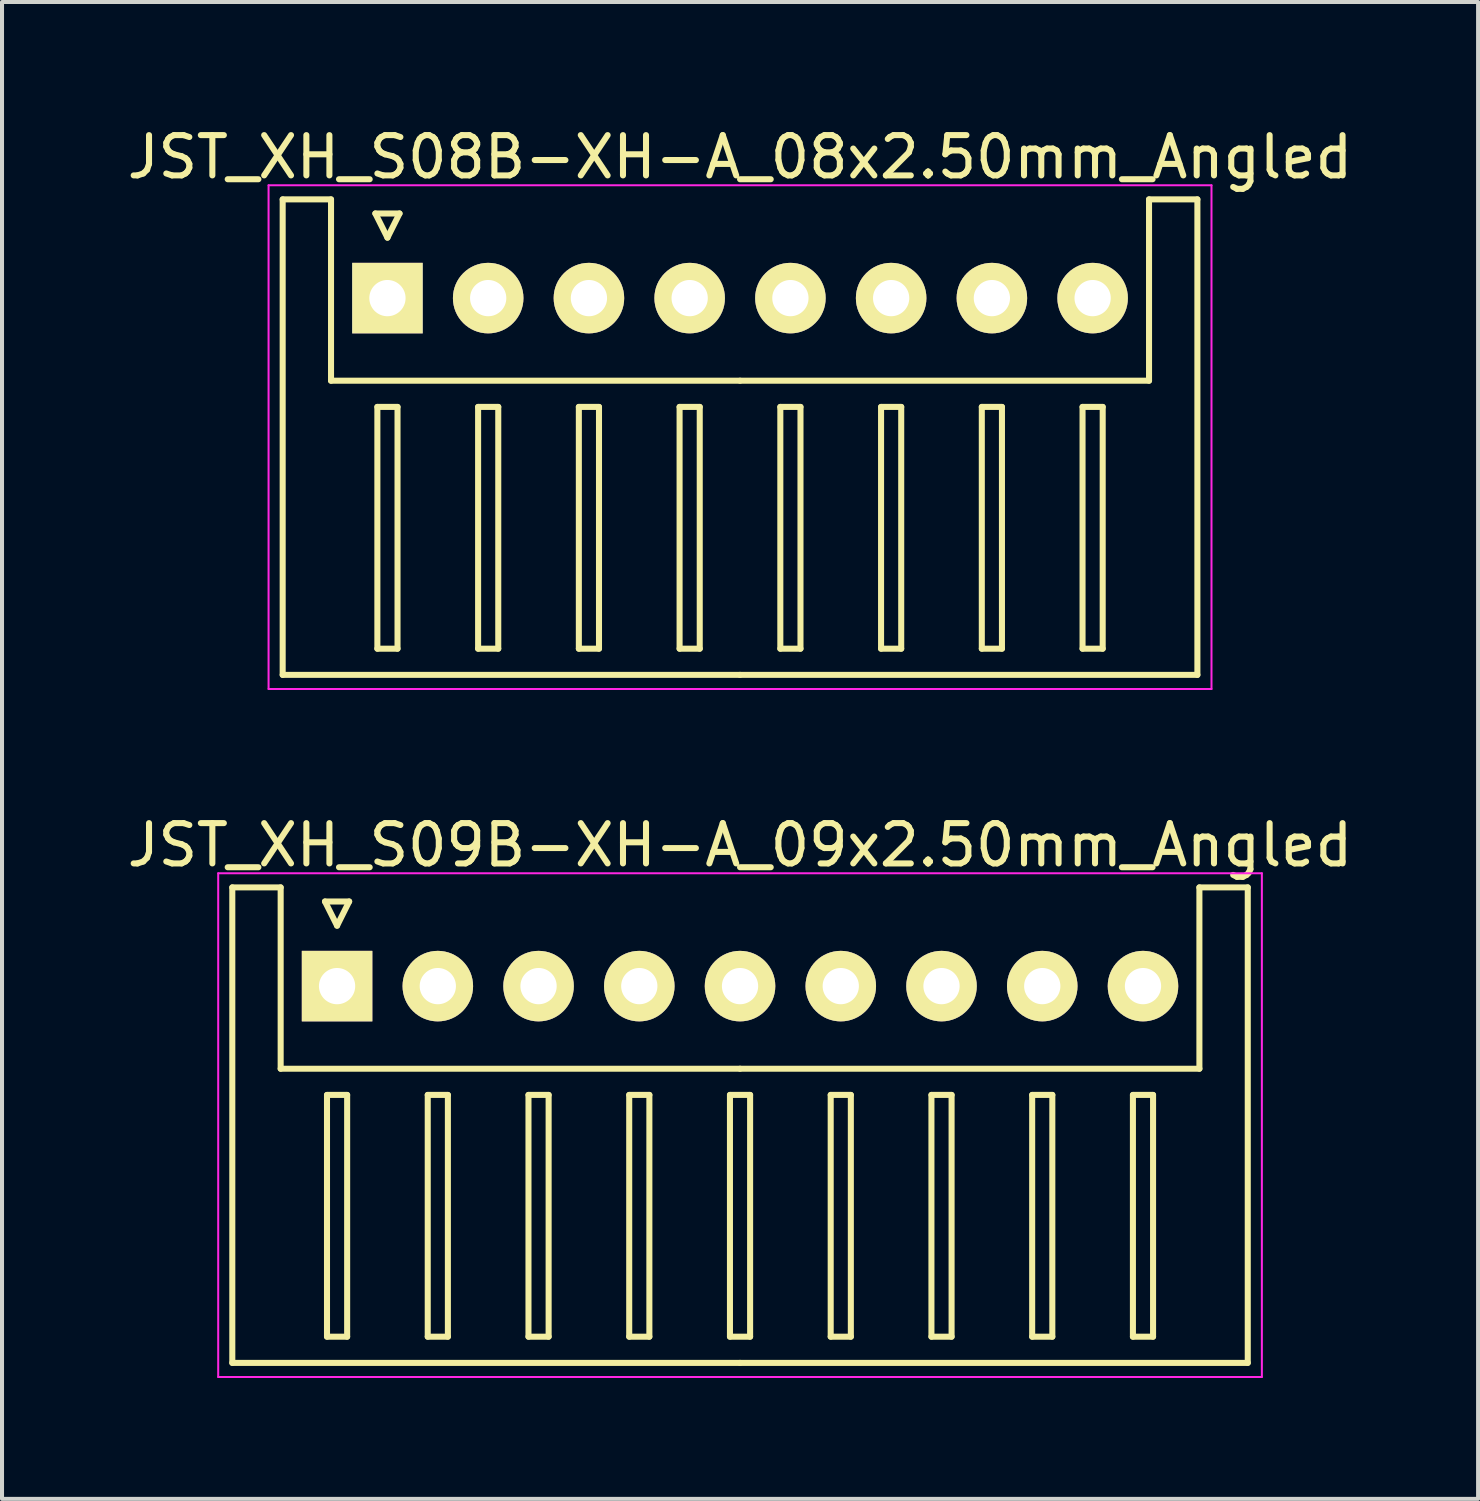
<source format=kicad_pcb>
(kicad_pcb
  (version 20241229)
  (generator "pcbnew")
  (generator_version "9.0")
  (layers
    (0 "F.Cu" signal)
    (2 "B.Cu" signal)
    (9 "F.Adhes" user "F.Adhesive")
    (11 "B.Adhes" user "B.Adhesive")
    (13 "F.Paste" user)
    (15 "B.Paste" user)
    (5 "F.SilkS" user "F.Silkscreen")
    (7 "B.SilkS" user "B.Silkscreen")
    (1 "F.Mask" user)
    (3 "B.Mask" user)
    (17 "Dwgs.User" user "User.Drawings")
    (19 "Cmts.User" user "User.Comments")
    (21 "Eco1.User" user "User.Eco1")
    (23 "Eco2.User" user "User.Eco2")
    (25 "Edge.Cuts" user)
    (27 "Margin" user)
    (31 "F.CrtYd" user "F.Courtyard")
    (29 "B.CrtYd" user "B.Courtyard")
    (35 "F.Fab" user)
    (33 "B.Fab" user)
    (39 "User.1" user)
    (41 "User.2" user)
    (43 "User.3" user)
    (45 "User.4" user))
  (footprint "JST_XH_S09B-XH-A_09x2.50mm_Angled"
    (layer "F.Cu")
    (at 5.315 21.422)
    (property "Reference" "JST_XH_S09B-XH-A_09x2.50mm_Angled" (at 10 -3.5 0) (layer "F.SilkS") (effects (font (size 1 1) (thickness 0.15))))
    (attr through_hole)
    (fp_line (start -2.6 -2.45) (end -1.4 -2.45) (stroke (width 0.15) (type solid)) (layer "F.SilkS"))
    (fp_line (start -2.6 9.35) (end -2.6 -2.45) (stroke (width 0.15) (type solid)) (layer "F.SilkS"))
    (fp_line (start -1.4 -2.45) (end -1.4 2.05) (stroke (width 0.15) (type solid)) (layer "F.SilkS"))
    (fp_line (start -1.4 2.05) (end 10 2.05) (stroke (width 0.15) (type solid)) (layer "F.SilkS"))
    (fp_line (start -0.3 -2.1) (end 0.3 -2.1) (stroke (width 0.15) (type solid)) (layer "F.SilkS"))
    (fp_line (start -0.25 2.7) (end -0.25 8.7) (stroke (width 0.15) (type solid)) (layer "F.SilkS"))
    (fp_line (start -0.25 8.7) (end 0.25 8.7) (stroke (width 0.15) (type solid)) (layer "F.SilkS"))
    (fp_line (start 0 -1.5) (end -0.3 -2.1) (stroke (width 0.15) (type solid)) (layer "F.SilkS"))
    (fp_line (start 0.25 2.7) (end -0.25 2.7) (stroke (width 0.15) (type solid)) (layer "F.SilkS"))
    (fp_line (start 0.25 8.7) (end 0.25 2.7) (stroke (width 0.15) (type solid)) (layer "F.SilkS"))
    (fp_line (start 0.3 -2.1) (end 0 -1.5) (stroke (width 0.15) (type solid)) (layer "F.SilkS"))
    (fp_line (start 2.25 2.7) (end 2.25 8.7) (stroke (width 0.15) (type solid)) (layer "F.SilkS"))
    (fp_line (start 2.25 8.7) (end 2.75 8.7) (stroke (width 0.15) (type solid)) (layer "F.SilkS"))
    (fp_line (start 2.75 2.7) (end 2.25 2.7) (stroke (width 0.15) (type solid)) (layer "F.SilkS"))
    (fp_line (start 2.75 8.7) (end 2.75 2.7) (stroke (width 0.15) (type solid)) (layer "F.SilkS"))
    (fp_line (start 4.75 2.7) (end 4.75 8.7) (stroke (width 0.15) (type solid)) (layer "F.SilkS"))
    (fp_line (start 4.75 8.7) (end 5.25 8.7) (stroke (width 0.15) (type solid)) (layer "F.SilkS"))
    (fp_line (start 5.25 2.7) (end 4.75 2.7) (stroke (width 0.15) (type solid)) (layer "F.SilkS"))
    (fp_line (start 5.25 8.7) (end 5.25 2.7) (stroke (width 0.15) (type solid)) (layer "F.SilkS"))
    (fp_line (start 7.25 2.7) (end 7.25 8.7) (stroke (width 0.15) (type solid)) (layer "F.SilkS"))
    (fp_line (start 7.25 8.7) (end 7.75 8.7) (stroke (width 0.15) (type solid)) (layer "F.SilkS"))
    (fp_line (start 7.75 2.7) (end 7.25 2.7) (stroke (width 0.15) (type solid)) (layer "F.SilkS"))
    (fp_line (start 7.75 8.7) (end 7.75 2.7) (stroke (width 0.15) (type solid)) (layer "F.SilkS"))
    (fp_line (start 9.75 2.7) (end 9.75 8.7) (stroke (width 0.15) (type solid)) (layer "F.SilkS"))
    (fp_line (start 9.75 8.7) (end 10.25 8.7) (stroke (width 0.15) (type solid)) (layer "F.SilkS"))
    (fp_line (start 10 9.35) (end -2.6 9.35) (stroke (width 0.15) (type solid)) (layer "F.SilkS"))
    (fp_line (start 10 9.35) (end 22.6 9.35) (stroke (width 0.15) (type solid)) (layer "F.SilkS"))
    (fp_line (start 10.25 2.7) (end 9.75 2.7) (stroke (width 0.15) (type solid)) (layer "F.SilkS"))
    (fp_line (start 10.25 8.7) (end 10.25 2.7) (stroke (width 0.15) (type solid)) (layer "F.SilkS"))
    (fp_line (start 12.25 2.7) (end 12.25 8.7) (stroke (width 0.15) (type solid)) (layer "F.SilkS"))
    (fp_line (start 12.25 8.7) (end 12.75 8.7) (stroke (width 0.15) (type solid)) (layer "F.SilkS"))
    (fp_line (start 12.75 2.7) (end 12.25 2.7) (stroke (width 0.15) (type solid)) (layer "F.SilkS"))
    (fp_line (start 12.75 8.7) (end 12.75 2.7) (stroke (width 0.15) (type solid)) (layer "F.SilkS"))
    (fp_line (start 14.75 2.7) (end 14.75 8.7) (stroke (width 0.15) (type solid)) (layer "F.SilkS"))
    (fp_line (start 14.75 8.7) (end 15.25 8.7) (stroke (width 0.15) (type solid)) (layer "F.SilkS"))
    (fp_line (start 15.25 2.7) (end 14.75 2.7) (stroke (width 0.15) (type solid)) (layer "F.SilkS"))
    (fp_line (start 15.25 8.7) (end 15.25 2.7) (stroke (width 0.15) (type solid)) (layer "F.SilkS"))
    (fp_line (start 17.25 2.7) (end 17.25 8.7) (stroke (width 0.15) (type solid)) (layer "F.SilkS"))
    (fp_line (start 17.25 8.7) (end 17.75 8.7) (stroke (width 0.15) (type solid)) (layer "F.SilkS"))
    (fp_line (start 17.75 2.7) (end 17.25 2.7) (stroke (width 0.15) (type solid)) (layer "F.SilkS"))
    (fp_line (start 17.75 8.7) (end 17.75 2.7) (stroke (width 0.15) (type solid)) (layer "F.SilkS"))
    (fp_line (start 19.75 2.7) (end 19.75 8.7) (stroke (width 0.15) (type solid)) (layer "F.SilkS"))
    (fp_line (start 19.75 8.7) (end 20.25 8.7) (stroke (width 0.15) (type solid)) (layer "F.SilkS"))
    (fp_line (start 20.25 2.7) (end 19.75 2.7) (stroke (width 0.15) (type solid)) (layer "F.SilkS"))
    (fp_line (start 20.25 8.7) (end 20.25 2.7) (stroke (width 0.15) (type solid)) (layer "F.SilkS"))
    (fp_line (start 21.4 -2.45) (end 21.4 2.05) (stroke (width 0.15) (type solid)) (layer "F.SilkS"))
    (fp_line (start 21.4 2.05) (end 10 2.05) (stroke (width 0.15) (type solid)) (layer "F.SilkS"))
    (fp_line (start 22.6 -2.45) (end 21.4 -2.45) (stroke (width 0.15) (type solid)) (layer "F.SilkS"))
    (fp_line (start 22.6 9.35) (end 22.6 -2.45) (stroke (width 0.15) (type solid)) (layer "F.SilkS"))
    (fp_line (start -2.95 -2.8) (end -2.95 9.7) (stroke (width 0.05) (type solid)) (layer "F.CrtYd"))
    (fp_line (start -2.95 9.7) (end 22.95 9.7) (stroke (width 0.05) (type solid)) (layer "F.CrtYd"))
    (fp_line (start 22.95 -2.8) (end -2.95 -2.8) (stroke (width 0.05) (type solid)) (layer "F.CrtYd"))
    (fp_line (start 22.95 9.7) (end 22.95 -2.8) (stroke (width 0.05) (type solid)) (layer "F.CrtYd"))
    (pad "1" thru_hole rect (at 0 0) (size 1.75 1.75) (drill 0.9) (layers "*.Cu" "*.Mask" "F.SilkS"))
    (pad "2" thru_hole circle (at 2.5 0) (size 1.75 1.75) (drill 0.9) (layers "*.Cu" "*.Mask" "F.SilkS"))
    (pad "3" thru_hole circle (at 5 0) (size 1.75 1.75) (drill 0.9) (layers "*.Cu" "*.Mask" "F.SilkS"))
    (pad "4" thru_hole circle (at 7.5 0) (size 1.75 1.75) (drill 0.9) (layers "*.Cu" "*.Mask" "F.SilkS"))
    (pad "5" thru_hole circle (at 10 0) (size 1.75 1.75) (drill 0.9) (layers "*.Cu" "*.Mask" "F.SilkS"))
    (pad "6" thru_hole circle (at 12.5 0) (size 1.75 1.75) (drill 0.9) (layers "*.Cu" "*.Mask" "F.SilkS"))
    (pad "7" thru_hole circle (at 15 0) (size 1.75 1.75) (drill 0.9) (layers "*.Cu" "*.Mask" "F.SilkS"))
    (pad "8" thru_hole circle (at 17.5 0) (size 1.75 1.75) (drill 0.9) (layers "*.Cu" "*.Mask" "F.SilkS"))
    (pad "9" thru_hole circle (at 20 0) (size 1.75 1.75) (drill 0.9) (layers "*.Cu" "*.Mask" "F.SilkS")))
  (footprint "JST_XH_S08B-XH-A_08x2.50mm_Angled"
    (layer "F.Cu")
    (at 6.565 4.348)
    (property "Reference" "JST_XH_S08B-XH-A_08x2.50mm_Angled" (at 8.75 -3.5 0) (layer "F.SilkS") (effects (font (size 1 1) (thickness 0.15))))
    (attr through_hole)
    (fp_line (start -2.6 -2.45) (end -1.4 -2.45) (stroke (width 0.15) (type solid)) (layer "F.SilkS"))
    (fp_line (start -2.6 9.35) (end -2.6 -2.45) (stroke (width 0.15) (type solid)) (layer "F.SilkS"))
    (fp_line (start -1.4 -2.45) (end -1.4 2.05) (stroke (width 0.15) (type solid)) (layer "F.SilkS"))
    (fp_line (start -1.4 2.05) (end 8.75 2.05) (stroke (width 0.15) (type solid)) (layer "F.SilkS"))
    (fp_line (start -0.3 -2.1) (end 0.3 -2.1) (stroke (width 0.15) (type solid)) (layer "F.SilkS"))
    (fp_line (start -0.25 2.7) (end -0.25 8.7) (stroke (width 0.15) (type solid)) (layer "F.SilkS"))
    (fp_line (start -0.25 8.7) (end 0.25 8.7) (stroke (width 0.15) (type solid)) (layer "F.SilkS"))
    (fp_line (start 0 -1.5) (end -0.3 -2.1) (stroke (width 0.15) (type solid)) (layer "F.SilkS"))
    (fp_line (start 0.25 2.7) (end -0.25 2.7) (stroke (width 0.15) (type solid)) (layer "F.SilkS"))
    (fp_line (start 0.25 8.7) (end 0.25 2.7) (stroke (width 0.15) (type solid)) (layer "F.SilkS"))
    (fp_line (start 0.3 -2.1) (end 0 -1.5) (stroke (width 0.15) (type solid)) (layer "F.SilkS"))
    (fp_line (start 2.25 2.7) (end 2.25 8.7) (stroke (width 0.15) (type solid)) (layer "F.SilkS"))
    (fp_line (start 2.25 8.7) (end 2.75 8.7) (stroke (width 0.15) (type solid)) (layer "F.SilkS"))
    (fp_line (start 2.75 2.7) (end 2.25 2.7) (stroke (width 0.15) (type solid)) (layer "F.SilkS"))
    (fp_line (start 2.75 8.7) (end 2.75 2.7) (stroke (width 0.15) (type solid)) (layer "F.SilkS"))
    (fp_line (start 4.75 2.7) (end 4.75 8.7) (stroke (width 0.15) (type solid)) (layer "F.SilkS"))
    (fp_line (start 4.75 8.7) (end 5.25 8.7) (stroke (width 0.15) (type solid)) (layer "F.SilkS"))
    (fp_line (start 5.25 2.7) (end 4.75 2.7) (stroke (width 0.15) (type solid)) (layer "F.SilkS"))
    (fp_line (start 5.25 8.7) (end 5.25 2.7) (stroke (width 0.15) (type solid)) (layer "F.SilkS"))
    (fp_line (start 7.25 2.7) (end 7.25 8.7) (stroke (width 0.15) (type solid)) (layer "F.SilkS"))
    (fp_line (start 7.25 8.7) (end 7.75 8.7) (stroke (width 0.15) (type solid)) (layer "F.SilkS"))
    (fp_line (start 7.75 2.7) (end 7.25 2.7) (stroke (width 0.15) (type solid)) (layer "F.SilkS"))
    (fp_line (start 7.75 8.7) (end 7.75 2.7) (stroke (width 0.15) (type solid)) (layer "F.SilkS"))
    (fp_line (start 8.75 9.35) (end -2.6 9.35) (stroke (width 0.15) (type solid)) (layer "F.SilkS"))
    (fp_line (start 8.75 9.35) (end 20.1 9.35) (stroke (width 0.15) (type solid)) (layer "F.SilkS"))
    (fp_line (start 9.75 2.7) (end 9.75 8.7) (stroke (width 0.15) (type solid)) (layer "F.SilkS"))
    (fp_line (start 9.75 8.7) (end 10.25 8.7) (stroke (width 0.15) (type solid)) (layer "F.SilkS"))
    (fp_line (start 10.25 2.7) (end 9.75 2.7) (stroke (width 0.15) (type solid)) (layer "F.SilkS"))
    (fp_line (start 10.25 8.7) (end 10.25 2.7) (stroke (width 0.15) (type solid)) (layer "F.SilkS"))
    (fp_line (start 12.25 2.7) (end 12.25 8.7) (stroke (width 0.15) (type solid)) (layer "F.SilkS"))
    (fp_line (start 12.25 8.7) (end 12.75 8.7) (stroke (width 0.15) (type solid)) (layer "F.SilkS"))
    (fp_line (start 12.75 2.7) (end 12.25 2.7) (stroke (width 0.15) (type solid)) (layer "F.SilkS"))
    (fp_line (start 12.75 8.7) (end 12.75 2.7) (stroke (width 0.15) (type solid)) (layer "F.SilkS"))
    (fp_line (start 14.75 2.7) (end 14.75 8.7) (stroke (width 0.15) (type solid)) (layer "F.SilkS"))
    (fp_line (start 14.75 8.7) (end 15.25 8.7) (stroke (width 0.15) (type solid)) (layer "F.SilkS"))
    (fp_line (start 15.25 2.7) (end 14.75 2.7) (stroke (width 0.15) (type solid)) (layer "F.SilkS"))
    (fp_line (start 15.25 8.7) (end 15.25 2.7) (stroke (width 0.15) (type solid)) (layer "F.SilkS"))
    (fp_line (start 17.25 2.7) (end 17.25 8.7) (stroke (width 0.15) (type solid)) (layer "F.SilkS"))
    (fp_line (start 17.25 8.7) (end 17.75 8.7) (stroke (width 0.15) (type solid)) (layer "F.SilkS"))
    (fp_line (start 17.75 2.7) (end 17.25 2.7) (stroke (width 0.15) (type solid)) (layer "F.SilkS"))
    (fp_line (start 17.75 8.7) (end 17.75 2.7) (stroke (width 0.15) (type solid)) (layer "F.SilkS"))
    (fp_line (start 18.9 -2.45) (end 18.9 2.05) (stroke (width 0.15) (type solid)) (layer "F.SilkS"))
    (fp_line (start 18.9 2.05) (end 8.75 2.05) (stroke (width 0.15) (type solid)) (layer "F.SilkS"))
    (fp_line (start 20.1 -2.45) (end 18.9 -2.45) (stroke (width 0.15) (type solid)) (layer "F.SilkS"))
    (fp_line (start 20.1 9.35) (end 20.1 -2.45) (stroke (width 0.15) (type solid)) (layer "F.SilkS"))
    (fp_line (start -2.95 -2.8) (end -2.95 9.7) (stroke (width 0.05) (type solid)) (layer "F.CrtYd"))
    (fp_line (start -2.95 9.7) (end 20.45 9.7) (stroke (width 0.05) (type solid)) (layer "F.CrtYd"))
    (fp_line (start 20.45 -2.8) (end -2.95 -2.8) (stroke (width 0.05) (type solid)) (layer "F.CrtYd"))
    (fp_line (start 20.45 9.7) (end 20.45 -2.8) (stroke (width 0.05) (type solid)) (layer "F.CrtYd"))
    (pad "1" thru_hole rect (at 0 0) (size 1.75 1.75) (drill 0.9) (layers "*.Cu" "*.Mask" "F.SilkS"))
    (pad "2" thru_hole circle (at 2.5 0) (size 1.75 1.75) (drill 0.9) (layers "*.Cu" "*.Mask" "F.SilkS"))
    (pad "3" thru_hole circle (at 5 0) (size 1.75 1.75) (drill 0.9) (layers "*.Cu" "*.Mask" "F.SilkS"))
    (pad "4" thru_hole circle (at 7.5 0) (size 1.75 1.75) (drill 0.9) (layers "*.Cu" "*.Mask" "F.SilkS"))
    (pad "5" thru_hole circle (at 10 0) (size 1.75 1.75) (drill 0.9) (layers "*.Cu" "*.Mask" "F.SilkS"))
    (pad "6" thru_hole circle (at 12.5 0) (size 1.75 1.75) (drill 0.9) (layers "*.Cu" "*.Mask" "F.SilkS"))
    (pad "7" thru_hole circle (at 15 0) (size 1.75 1.75) (drill 0.9) (layers "*.Cu" "*.Mask" "F.SilkS"))
    (pad "8" thru_hole circle (at 17.5 0) (size 1.75 1.75) (drill 0.9) (layers "*.Cu" "*.Mask" "F.SilkS")))
  (gr_rect
    (start -3 -3)
    (end 33.631 34.147)
    (stroke (width 0.1) (type default))
    (fill no)
    (layer "Edge.Cuts")))
</source>
